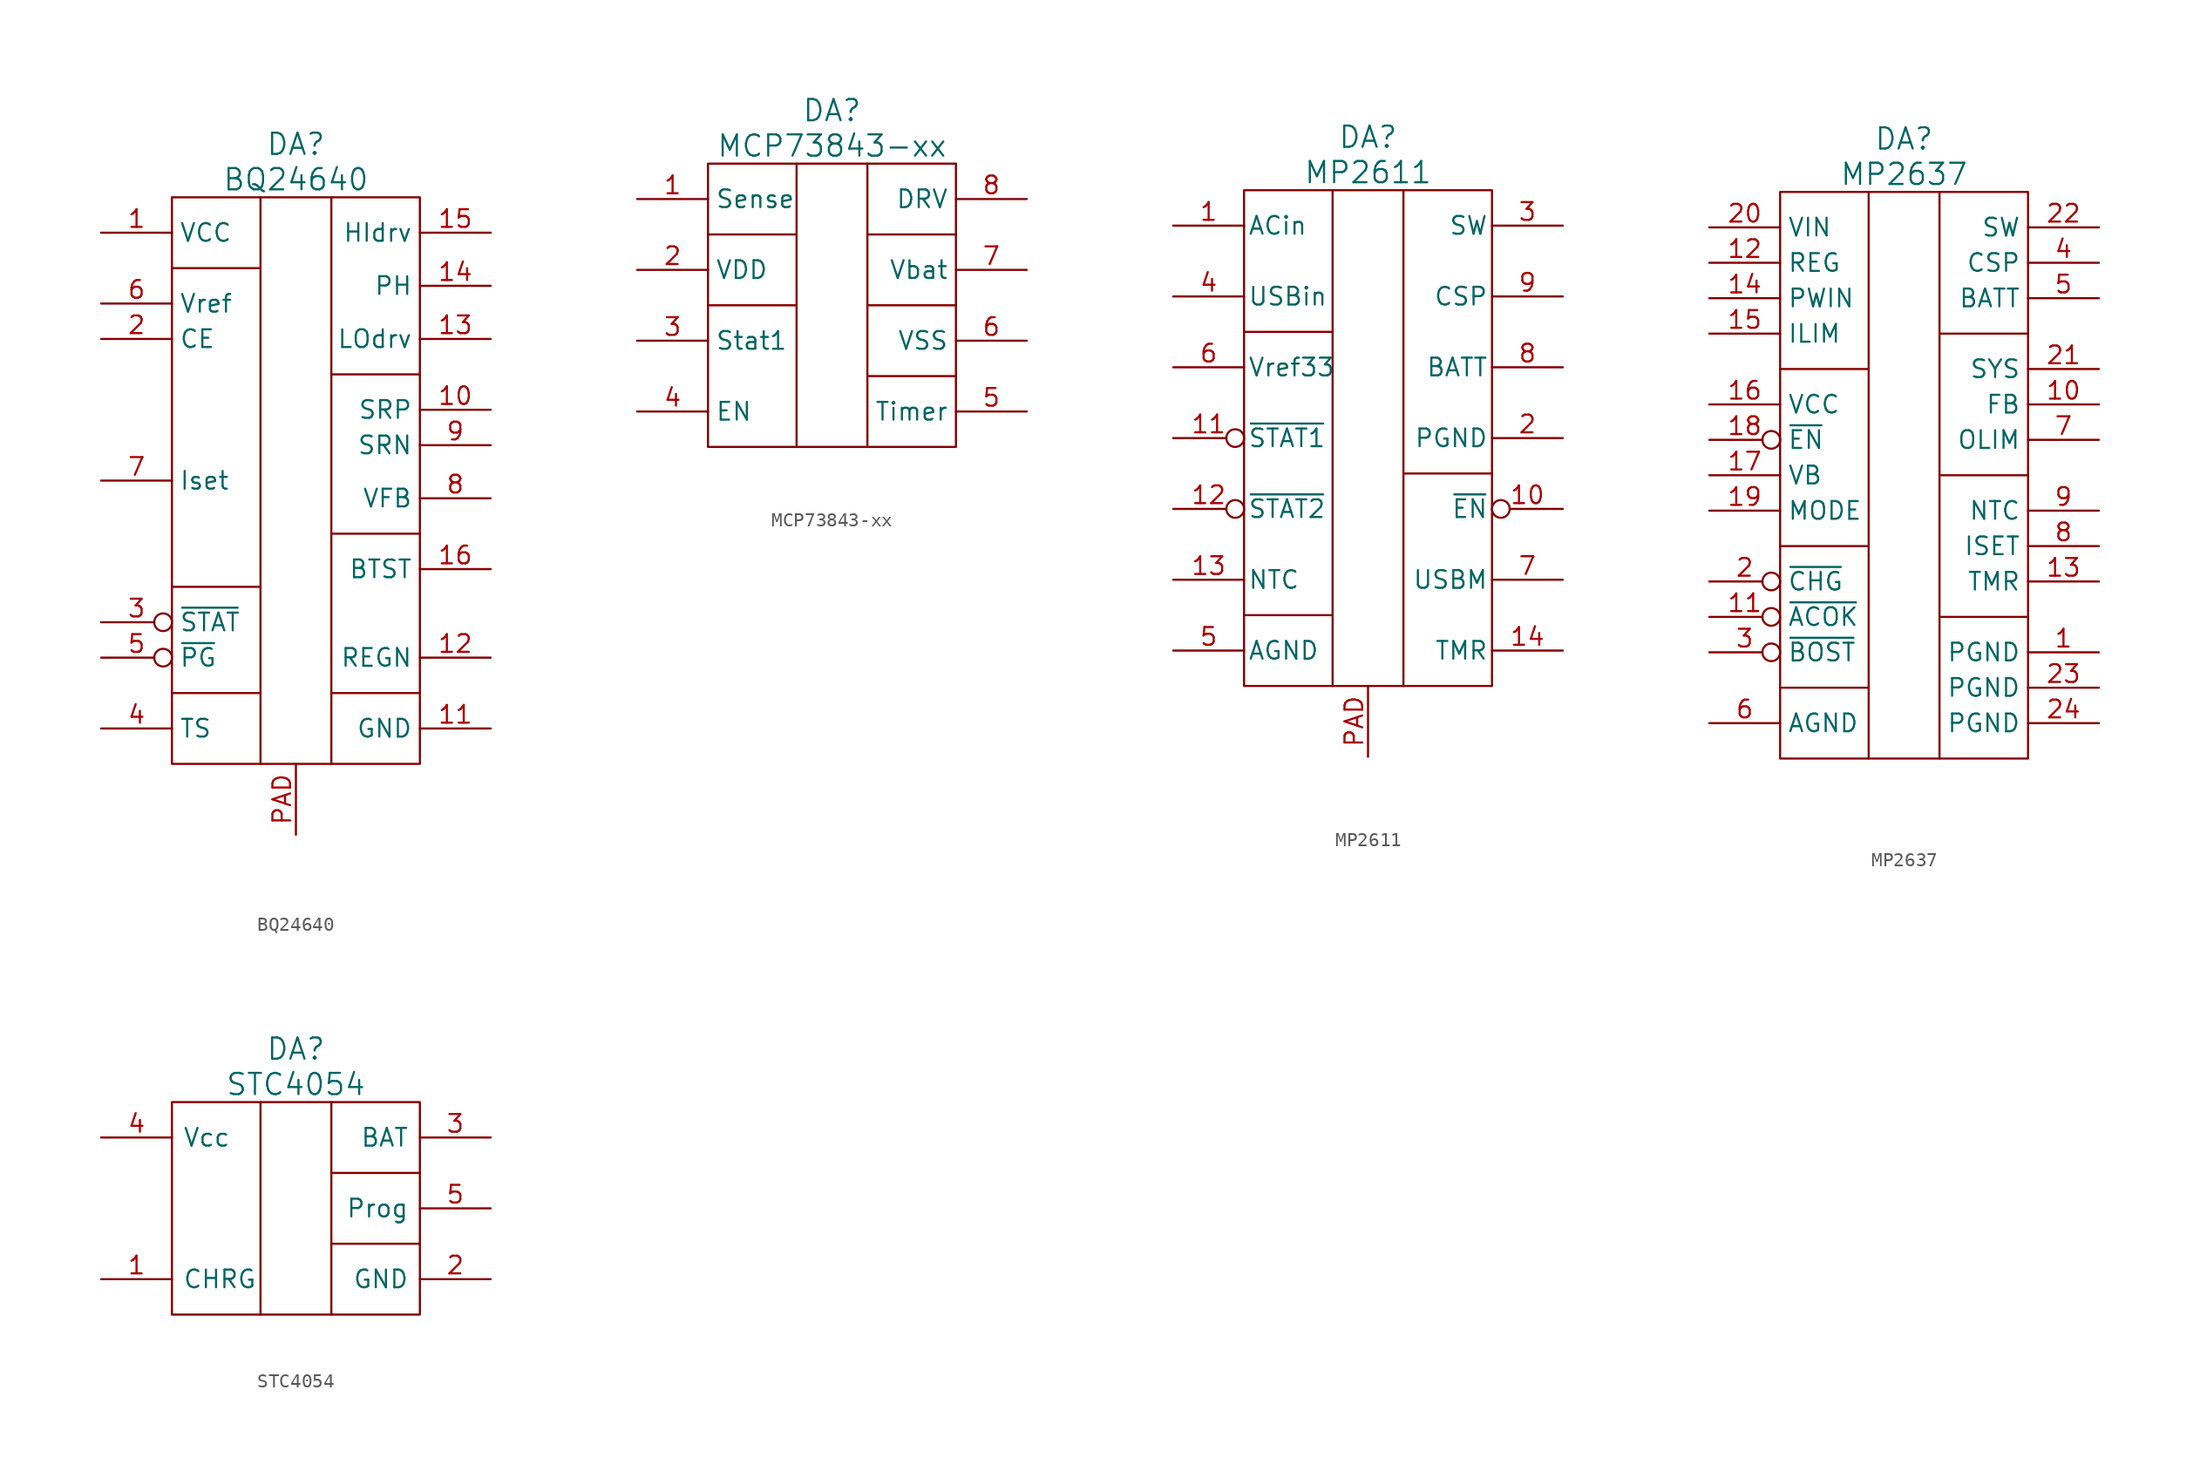
<source format=kicad_sym>
(kicad_symbol_lib
  (version 20220914)
  (generator kicad_symbol_editor)
  (symbol "BQ24640"
    (property "Reference" "DA"
      (at 0 24.13 0)
      (effects (font (size 1.524 1.524))))
    (property "Value" "BQ24640"
      (at 0 21.59 0)
      (effects (font (size 1.524 1.524))))
    (property "Datasheet" ""
      (at 5.08 -21.59 0)
      (effects (font (size 1.524 1.524))))
    (symbol "BQ24640_0_1"
      (rectangle (start -8.89 20.32) (end 8.89 -20.32) (stroke (width 0) (type solid)) (fill (type none)))
      (polyline (pts (xy -2.54 -15.24) (xy -8.89 -15.24) (xy -8.89 -15.24)) (stroke (width 0) (type solid)) (fill (type none)))
      (polyline (pts (xy -2.54 -7.62) (xy -8.89 -7.62) (xy -8.89 -7.62)) (stroke (width 0) (type solid)) (fill (type none)))
      (polyline (pts (xy -2.54 15.24) (xy -8.89 15.24) (xy -8.89 15.24)) (stroke (width 0) (type solid)) (fill (type none)))
      (polyline (pts (xy -2.54 20.32) (xy -2.54 6.35) (xy -2.54 -20.32)) (stroke (width 0) (type solid)) (fill (type none)))
      (polyline (pts (xy 8.89 -15.24) (xy 2.54 -15.24) (xy 2.54 -15.24)) (stroke (width 0) (type solid)) (fill (type none)))
      (polyline (pts (xy 8.89 -3.81) (xy 2.54 -3.81) (xy 2.54 -3.81)) (stroke (width 0) (type solid)) (fill (type none)))
      (polyline (pts (xy 8.89 7.62) (xy 2.54 7.62) (xy 2.54 7.62)) (stroke (width 0) (type solid)) (fill (type none)))
      (polyline (pts (xy 2.54 -20.32) (xy 2.54 20.32) (xy 2.54 20.32) (xy 2.54 20.32)) (stroke (width 0) (type solid)) (fill (type none))))
    (symbol "BQ24640_1_1"
      (pin power_in line (at -13.97 17.78 0) (length 5.08) (name "VCC" (effects (font (size 1.27 1.27)))) (number "1" (effects (font (size 1.27 1.27)))))
      (pin passive line (at 13.97 5.08 180) (length 5.08) (name "SRP" (effects (font (size 1.27 1.27)))) (number "10" (effects (font (size 1.27 1.27)))))
      (pin power_in line (at 13.97 -17.78 180) (length 5.08) (name "GND" (effects (font (size 1.27 1.27)))) (number "11" (effects (font (size 1.27 1.27)))))
      (pin passive line (at 13.97 -12.7 180) (length 5.08) (name "REGN" (effects (font (size 1.27 1.27)))) (number "12" (effects (font (size 1.27 1.27)))))
      (pin passive line (at 13.97 10.16 180) (length 5.08) (name "LOdrv" (effects (font (size 1.27 1.27)))) (number "13" (effects (font (size 1.27 1.27)))))
      (pin passive line (at 13.97 13.97 180) (length 5.08) (name "PH" (effects (font (size 1.27 1.27)))) (number "14" (effects (font (size 1.27 1.27)))))
      (pin passive line (at 13.97 17.78 180) (length 5.08) (name "HIdrv" (effects (font (size 1.27 1.27)))) (number "15" (effects (font (size 1.27 1.27)))))
      (pin passive line (at 13.97 -6.35 180) (length 5.08) (name "BTST" (effects (font (size 1.27 1.27)))) (number "16" (effects (font (size 1.27 1.27)))))
      (pin passive line (at -13.97 10.16 0) (length 5.08) (name "CE" (effects (font (size 1.27 1.27)))) (number "2" (effects (font (size 1.27 1.27)))))
      (pin passive inverted (at -13.97 -10.16 0) (length 5.08) (name "~{STAT}" (effects (font (size 1.27 1.27)))) (number "3" (effects (font (size 1.27 1.27)))))
      (pin passive line (at -13.97 -17.78 0) (length 5.08) (name "TS" (effects (font (size 1.27 1.27)))) (number "4" (effects (font (size 1.27 1.27)))))
      (pin passive inverted (at -13.97 -12.7 0) (length 5.08) (name "~{PG}" (effects (font (size 1.27 1.27)))) (number "5" (effects (font (size 1.27 1.27)))))
      (pin power_out line (at -13.97 12.7 0) (length 5.08) (name "Vref" (effects (font (size 1.27 1.27)))) (number "6" (effects (font (size 1.27 1.27)))))
      (pin passive line (at -13.97 0 0) (length 5.08) (name "Iset" (effects (font (size 1.27 1.27)))) (number "7" (effects (font (size 1.27 1.27)))))
      (pin passive line (at 13.97 -1.27 180) (length 5.08) (name "VFB" (effects (font (size 1.27 1.27)))) (number "8" (effects (font (size 1.27 1.27)))))
      (pin passive line (at 13.97 2.54 180) (length 5.08) (name "SRN" (effects (font (size 1.27 1.27)))) (number "9" (effects (font (size 1.27 1.27)))))
      (pin power_in line (at 0 -25.4 90) (length 5.08) (name "~" (effects (font (size 1.27 1.27)))) (number "PAD" (effects (font (size 1.27 1.27)))))))
  (symbol "MCP73843-xx"
    (property "Reference" "DA"
      (at 0 13.97 0)
      (effects (font (size 1.524 1.524))))
    (property "Value" "MCP73843-xx"
      (at 0 11.43 0)
      (effects (font (size 1.524 1.524))))
    (property "Datasheet" ""
      (at 0 -11.43 0)
      (effects (font (size 1.524 1.524))))
    (symbol "MCP73843-xx_0_1"
      (rectangle (start -8.89 10.16) (end 8.89 -10.16) (stroke (width 0) (type solid)) (fill (type none)))
      (polyline (pts (xy -8.89 0) (xy -2.54 0)) (stroke (width 0) (type solid)) (fill (type none)))
      (polyline (pts (xy 2.54 -5.08) (xy 8.89 -5.08)) (stroke (width 0) (type solid)) (fill (type none)))
      (polyline (pts (xy 2.54 0) (xy 8.89 0)) (stroke (width 0) (type solid)) (fill (type none)))
      (polyline (pts (xy -2.54 5.08) (xy -8.89 5.08) (xy -8.89 5.08)) (stroke (width 0) (type solid)) (fill (type none)))
      (polyline (pts (xy -2.54 10.16) (xy -2.54 -3.81) (xy -2.54 -10.16)) (stroke (width 0) (type solid)) (fill (type none)))
      (polyline (pts (xy 8.89 5.08) (xy 2.54 5.08) (xy 2.54 5.08)) (stroke (width 0) (type solid)) (fill (type none)))
      (polyline (pts (xy 2.54 -10.16) (xy 2.54 10.16) (xy 2.54 10.16) (xy 2.54 10.16)) (stroke (width 0) (type solid)) (fill (type none))))
    (symbol "MCP73843-xx_1_1"
      (pin passive line (at -13.97 7.62 0) (length 5.08) (name "Sense" (effects (font (size 1.27 1.27)))) (number "1" (effects (font (size 1.27 1.27)))))
      (pin power_in line (at -13.97 2.54 0) (length 5.08) (name "VDD" (effects (font (size 1.27 1.27)))) (number "2" (effects (font (size 1.27 1.27)))))
      (pin passive line (at -13.97 -2.54 0) (length 5.08) (name "Stat1" (effects (font (size 1.27 1.27)))) (number "3" (effects (font (size 1.27 1.27)))))
      (pin input line (at -13.97 -7.62 0) (length 5.08) (name "EN" (effects (font (size 1.27 1.27)))) (number "4" (effects (font (size 1.27 1.27)))))
      (pin passive line (at 13.97 -7.62 180) (length 5.08) (name "Timer" (effects (font (size 1.27 1.27)))) (number "5" (effects (font (size 1.27 1.27)))))
      (pin power_in line (at 13.97 -2.54 180) (length 5.08) (name "VSS" (effects (font (size 1.27 1.27)))) (number "6" (effects (font (size 1.27 1.27)))))
      (pin passive line (at 13.97 2.54 180) (length 5.08) (name "Vbat" (effects (font (size 1.27 1.27)))) (number "7" (effects (font (size 1.27 1.27)))))
      (pin passive line (at 13.97 7.62 180) (length 5.08) (name "DRV" (effects (font (size 1.27 1.27)))) (number "8" (effects (font (size 1.27 1.27)))))))
  (symbol "MP2611"
    (pin_names
      (offset 0.254))
    (property "Reference" "DA"
      (at 0 21.59 0)
      (effects (font (size 1.524 1.524))))
    (property "Value" "MP2611"
      (at 0 19.05 0)
      (effects (font (size 1.524 1.524))))
    (property "Datasheet" ""
      (at 5.08 -16.51 0)
      (effects (font (size 1.524 1.524))))
    (symbol "MP2611_0_1"
      (rectangle (start -8.89 17.78) (end 8.89 -17.78) (stroke (width 0) (type solid)) (fill (type none)))
      (polyline (pts (xy -2.54 -12.7) (xy -8.89 -12.7) (xy -8.89 -12.7)) (stroke (width 0) (type solid)) (fill (type none)))
      (polyline (pts (xy -2.54 7.62) (xy -8.89 7.62) (xy -8.89 7.62)) (stroke (width 0) (type solid)) (fill (type none)))
      (polyline (pts (xy -2.54 17.78) (xy -2.54 3.81) (xy -2.54 -17.78)) (stroke (width 0) (type solid)) (fill (type none)))
      (polyline (pts (xy 8.89 -2.54) (xy 2.54 -2.54) (xy 2.54 -2.54)) (stroke (width 0) (type solid)) (fill (type none)))
      (polyline (pts (xy 2.54 -17.78) (xy 2.54 17.78) (xy 2.54 17.78) (xy 2.54 17.78)) (stroke (width 0) (type solid)) (fill (type none))))
    (symbol "MP2611_1_1"
      (pin power_in line (at -13.97 15.24 0) (length 5.08) (name "ACin" (effects (font (size 1.27 1.27)))) (number "1" (effects (font (size 1.27 1.27)))))
      (pin input inverted (at 13.97 -5.08 180) (length 5.08) (name "~{EN}" (effects (font (size 1.27 1.27)))) (number "10" (effects (font (size 1.27 1.27)))))
      (pin passive inverted (at -13.97 0 0) (length 5.08) (name "~{STAT1}" (effects (font (size 1.27 1.27)))) (number "11" (effects (font (size 1.27 1.27)))))
      (pin passive inverted (at -13.97 -5.08 0) (length 5.08) (name "~{STAT2}" (effects (font (size 1.27 1.27)))) (number "12" (effects (font (size 1.27 1.27)))))
      (pin passive line (at -13.97 -10.16 0) (length 5.08) (name "NTC" (effects (font (size 1.27 1.27)))) (number "13" (effects (font (size 1.27 1.27)))))
      (pin passive line (at 13.97 -15.24 180) (length 5.08) (name "TMR" (effects (font (size 1.27 1.27)))) (number "14" (effects (font (size 1.27 1.27)))))
      (pin power_in line (at 13.97 0 180) (length 5.08) (name "PGND" (effects (font (size 1.27 1.27)))) (number "2" (effects (font (size 1.27 1.27)))))
      (pin passive line (at 13.97 15.24 180) (length 5.08) (name "SW" (effects (font (size 1.27 1.27)))) (number "3" (effects (font (size 1.27 1.27)))))
      (pin power_in line (at -13.97 10.16 0) (length 5.08) (name "USBin" (effects (font (size 1.27 1.27)))) (number "4" (effects (font (size 1.27 1.27)))))
      (pin power_in line (at -13.97 -15.24 0) (length 5.08) (name "AGND" (effects (font (size 1.27 1.27)))) (number "5" (effects (font (size 1.27 1.27)))))
      (pin power_out line (at -13.97 5.08 0) (length 5.08) (name "Vref33" (effects (font (size 1.27 1.27)))) (number "6" (effects (font (size 1.27 1.27)))))
      (pin passive line (at 13.97 -10.16 180) (length 5.08) (name "USBM" (effects (font (size 1.27 1.27)))) (number "7" (effects (font (size 1.27 1.27)))))
      (pin passive line (at 13.97 5.08 180) (length 5.08) (name "BATT" (effects (font (size 1.27 1.27)))) (number "8" (effects (font (size 1.27 1.27)))))
      (pin passive line (at 13.97 10.16 180) (length 5.08) (name "CSP" (effects (font (size 1.27 1.27)))) (number "9" (effects (font (size 1.27 1.27)))))
      (pin passive line (at 0 -22.86 90) (length 5.08) (name "~" (effects (font (size 1.27 1.27)))) (number "PAD" (effects (font (size 1.27 1.27)))))))
  (symbol "MP2637"
    (property "Reference" "DA"
      (at 0 24.13 0)
      (effects (font (size 1.524 1.524))))
    (property "Value" "MP2637"
      (at 0 21.59 0)
      (effects (font (size 1.524 1.524))))
    (property "Datasheet" ""
      (at 5.08 -21.59 0)
      (effects (font (size 1.524 1.524))))
    (symbol "MP2637_0_1"
      (rectangle (start -8.89 20.32) (end 8.89 -20.32) (stroke (width 0) (type solid)) (fill (type none)))
      (polyline (pts (xy -2.54 -15.24) (xy -8.89 -15.24) (xy -8.89 -15.24)) (stroke (width 0) (type solid)) (fill (type none)))
      (polyline (pts (xy -2.54 -5.08) (xy -8.89 -5.08) (xy -8.89 -5.08)) (stroke (width 0) (type solid)) (fill (type none)))
      (polyline (pts (xy -2.54 7.62) (xy -8.89 7.62) (xy -8.89 7.62)) (stroke (width 0) (type solid)) (fill (type none)))
      (polyline (pts (xy -2.54 20.32) (xy -2.54 6.35) (xy -2.54 -20.32)) (stroke (width 0) (type solid)) (fill (type none)))
      (polyline (pts (xy 8.89 -10.16) (xy 2.54 -10.16) (xy 2.54 -10.16)) (stroke (width 0) (type solid)) (fill (type none)))
      (polyline (pts (xy 8.89 0) (xy 2.54 0) (xy 2.54 0)) (stroke (width 0) (type solid)) (fill (type none)))
      (polyline (pts (xy 8.89 10.16) (xy 2.54 10.16) (xy 2.54 10.16)) (stroke (width 0) (type solid)) (fill (type none)))
      (polyline (pts (xy 2.54 -20.32) (xy 2.54 20.32) (xy 2.54 20.32) (xy 2.54 20.32)) (stroke (width 0) (type solid)) (fill (type none))))
    (symbol "MP2637_1_1"
      (pin power_in line (at 13.97 -12.7 180) (length 5.08) (name "PGND" (effects (font (size 1.27 1.27)))) (number "1" (effects (font (size 1.27 1.27)))))
      (pin passive line (at 13.97 5.08 180) (length 5.08) (name "FB" (effects (font (size 1.27 1.27)))) (number "10" (effects (font (size 1.27 1.27)))))
      (pin passive inverted (at -13.97 -10.16 0) (length 5.08) (name "~{ACOK}" (effects (font (size 1.27 1.27)))) (number "11" (effects (font (size 1.27 1.27)))))
      (pin passive line (at -13.97 15.24 0) (length 5.08) (name "REG" (effects (font (size 1.27 1.27)))) (number "12" (effects (font (size 1.27 1.27)))))
      (pin passive line (at 13.97 -7.62 180) (length 5.08) (name "TMR" (effects (font (size 1.27 1.27)))) (number "13" (effects (font (size 1.27 1.27)))))
      (pin passive line (at -13.97 12.7 0) (length 5.08) (name "PWIN" (effects (font (size 1.27 1.27)))) (number "14" (effects (font (size 1.27 1.27)))))
      (pin passive line (at -13.97 10.16 0) (length 5.08) (name "ILIM" (effects (font (size 1.27 1.27)))) (number "15" (effects (font (size 1.27 1.27)))))
      (pin power_out line (at -13.97 5.08 0) (length 5.08) (name "VCC" (effects (font (size 1.27 1.27)))) (number "16" (effects (font (size 1.27 1.27)))))
      (pin passive line (at -13.97 0 0) (length 5.08) (name "VB" (effects (font (size 1.27 1.27)))) (number "17" (effects (font (size 1.27 1.27)))))
      (pin input inverted (at -13.97 2.54 0) (length 5.08) (name "~{EN}" (effects (font (size 1.27 1.27)))) (number "18" (effects (font (size 1.27 1.27)))))
      (pin passive line (at -13.97 -2.54 0) (length 5.08) (name "MODE" (effects (font (size 1.27 1.27)))) (number "19" (effects (font (size 1.27 1.27)))))
      (pin passive inverted (at -13.97 -7.62 0) (length 5.08) (name "~{CHG}" (effects (font (size 1.27 1.27)))) (number "2" (effects (font (size 1.27 1.27)))))
      (pin power_in line (at -13.97 17.78 0) (length 5.08) (name "VIN" (effects (font (size 1.27 1.27)))) (number "20" (effects (font (size 1.27 1.27)))))
      (pin power_out line (at 13.97 7.62 180) (length 5.08) (name "SYS" (effects (font (size 1.27 1.27)))) (number "21" (effects (font (size 1.27 1.27)))))
      (pin passive line (at 13.97 17.78 180) (length 5.08) (name "SW" (effects (font (size 1.27 1.27)))) (number "22" (effects (font (size 1.27 1.27)))))
      (pin power_in line (at 13.97 -15.24 180) (length 5.08) (name "PGND" (effects (font (size 1.27 1.27)))) (number "23" (effects (font (size 1.27 1.27)))))
      (pin power_in line (at 13.97 -17.78 180) (length 5.08) (name "PGND" (effects (font (size 1.27 1.27)))) (number "24" (effects (font (size 1.27 1.27)))))
      (pin passive inverted (at -13.97 -12.7 0) (length 5.08) (name "~{BOST}" (effects (font (size 1.27 1.27)))) (number "3" (effects (font (size 1.27 1.27)))))
      (pin passive line (at 13.97 15.24 180) (length 5.08) (name "CSP" (effects (font (size 1.27 1.27)))) (number "4" (effects (font (size 1.27 1.27)))))
      (pin passive line (at 13.97 12.7 180) (length 5.08) (name "BATT" (effects (font (size 1.27 1.27)))) (number "5" (effects (font (size 1.27 1.27)))))
      (pin power_in line (at -13.97 -17.78 0) (length 5.08) (name "AGND" (effects (font (size 1.27 1.27)))) (number "6" (effects (font (size 1.27 1.27)))))
      (pin passive line (at 13.97 2.54 180) (length 5.08) (name "OLIM" (effects (font (size 1.27 1.27)))) (number "7" (effects (font (size 1.27 1.27)))))
      (pin passive line (at 13.97 -5.08 180) (length 5.08) (name "ISET" (effects (font (size 1.27 1.27)))) (number "8" (effects (font (size 1.27 1.27)))))
      (pin passive line (at 13.97 -2.54 180) (length 5.08) (name "NTC" (effects (font (size 1.27 1.27)))) (number "9" (effects (font (size 1.27 1.27)))))))
  (symbol "STC4054"
    (pin_names
      (offset 0.762))
    (property "Reference" "DA"
      (at 0 11.43 0)
      (effects (font (size 1.524 1.524))))
    (property "Value" "STC4054"
      (at 0 8.89 0)
      (effects (font (size 1.524 1.524))))
    (property "Datasheet" ""
      (at 0 -8.89 0)
      (effects (font (size 1.524 1.524))))
    (symbol "STC4054_0_1"
      (rectangle (start -8.89 7.62) (end 8.89 -7.62) (stroke (width 0) (type solid)) (fill (type none)))
      (polyline (pts (xy 2.54 -2.54) (xy 8.89 -2.54)) (stroke (width 0) (type solid)) (fill (type none)))
      (polyline (pts (xy -2.54 7.62) (xy -2.54 -6.35) (xy -2.54 -7.62)) (stroke (width 0) (type solid)) (fill (type none)))
      (polyline (pts (xy 8.89 2.54) (xy 2.54 2.54) (xy 2.54 2.54)) (stroke (width 0) (type solid)) (fill (type none)))
      (polyline (pts (xy 2.54 -7.62) (xy 2.54 7.62) (xy 2.54 7.62) (xy 2.54 7.62)) (stroke (width 0) (type solid)) (fill (type none))))
    (symbol "STC4054_1_1"
      (pin open_collector line (at -13.97 -5.08 0) (length 5.08) (name "CHRG" (effects (font (size 1.27 1.27)))) (number "1" (effects (font (size 1.27 1.27)))))
      (pin power_in line (at 13.97 -5.08 180) (length 5.08) (name "GND" (effects (font (size 1.27 1.27)))) (number "2" (effects (font (size 1.27 1.27)))))
      (pin passive line (at 13.97 5.08 180) (length 5.08) (name "BAT" (effects (font (size 1.27 1.27)))) (number "3" (effects (font (size 1.27 1.27)))))
      (pin power_in line (at -13.97 5.08 0) (length 5.08) (name "Vcc" (effects (font (size 1.27 1.27)))) (number "4" (effects (font (size 1.27 1.27)))))
      (pin passive line (at 13.97 0 180) (length 5.08) (name "Prog" (effects (font (size 1.27 1.27)))) (number "5" (effects (font (size 1.27 1.27))))))))
</source>
